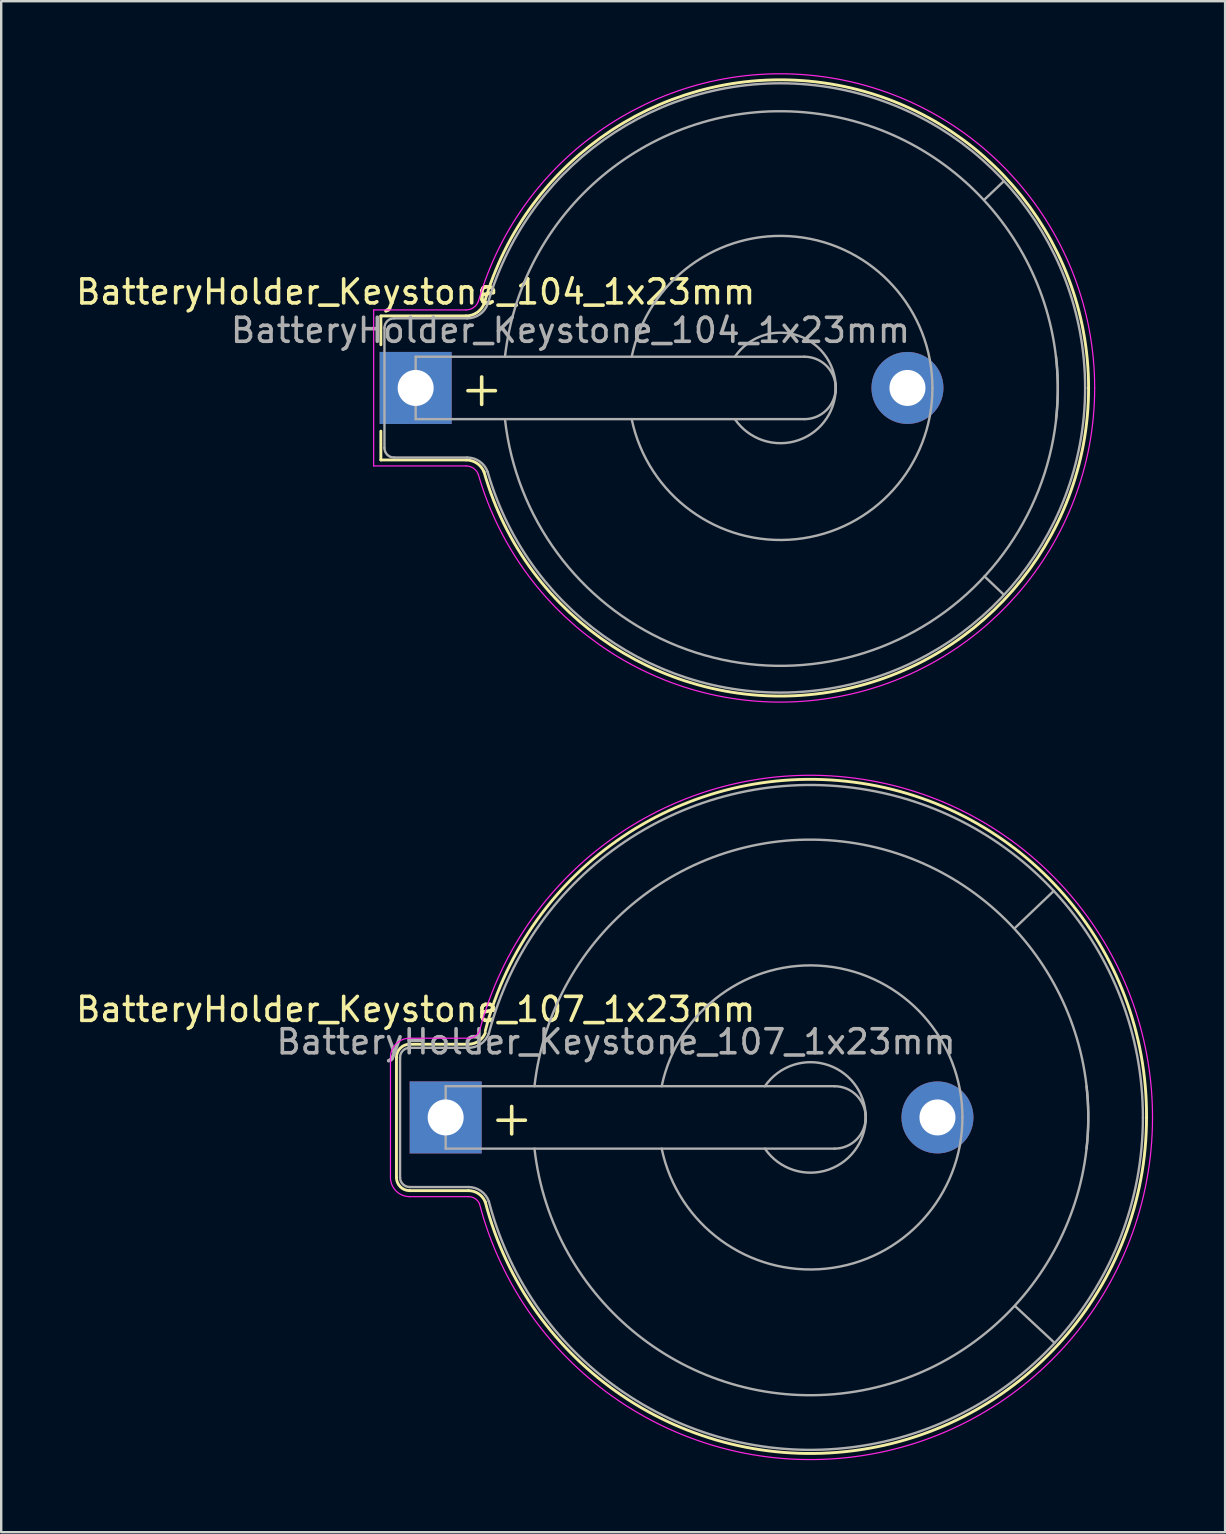
<source format=kicad_pcb>
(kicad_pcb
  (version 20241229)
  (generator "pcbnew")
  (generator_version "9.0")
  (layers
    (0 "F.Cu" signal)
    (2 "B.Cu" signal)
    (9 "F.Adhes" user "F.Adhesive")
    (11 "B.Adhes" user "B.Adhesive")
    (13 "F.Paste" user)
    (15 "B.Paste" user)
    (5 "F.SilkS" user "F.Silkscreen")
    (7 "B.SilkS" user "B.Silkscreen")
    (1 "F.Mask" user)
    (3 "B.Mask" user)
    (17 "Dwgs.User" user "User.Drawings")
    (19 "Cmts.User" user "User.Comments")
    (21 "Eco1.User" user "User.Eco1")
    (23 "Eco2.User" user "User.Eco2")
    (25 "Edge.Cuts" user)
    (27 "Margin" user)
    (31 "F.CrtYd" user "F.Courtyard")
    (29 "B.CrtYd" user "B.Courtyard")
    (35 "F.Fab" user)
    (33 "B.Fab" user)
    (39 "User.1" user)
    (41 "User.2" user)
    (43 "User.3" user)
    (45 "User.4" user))
  (footprint "BatteryHolder_Keystone_107_1x23mm"
    (layer "F.Cu")
    (at 15.518 43.506)
    (property "Reference" "BatteryHolder_Keystone_107_1x23mm" (at -1.25 -4.5 0) (layer "F.SilkS") (effects (font (size 1 1) (thickness 0.15))))
    (attr through_hole)
    (fp_line (start -2.05 -2.5) (end -2.05 2.5) (stroke (width 0.12) (type solid)) (layer "F.SilkS"))
    (fp_line (start -1.5 3.05) (end 0.95 3.05) (stroke (width 0.12) (type solid)) (layer "F.SilkS"))
    (fp_line (start 0.95 -3.05) (end -1.5 -3.05) (stroke (width 0.12) (type solid)) (layer "F.SilkS"))
    (fp_arc (start -2.05 -2.5) (mid -1.888909 -2.888909) (end -1.5 -3.05) (stroke (width 0.12) (type solid)) (layer "F.SilkS"))
    (fp_arc (start -1.5 3.05) (mid -1.888909 2.888909) (end -2.05 2.5) (stroke (width 0.12) (type solid)) (layer "F.SilkS"))
    (fp_arc (start 0.95 3.05) (mid 1.371574 3.1784) (end 1.65 3.52) (stroke (width 0.12) (type solid)) (layer "F.SilkS"))
    (fp_arc (start 1.65 -3.604769) (mid 17.016593 -13.966381) (end 29.2 0) (stroke (width 0.12) (type solid)) (layer "F.SilkS"))
    (fp_arc (start 1.65 -3.52) (mid 1.371575 -3.1784) (end 0.95 -3.05) (stroke (width 0.12) (type solid)) (layer "F.SilkS"))
    (fp_arc (start 29.2 0) (mid 16.974433 13.886952) (end 1.65 3.52) (stroke (width 0.12) (type solid)) (layer "F.SilkS"))
    (fp_line (start -2.3 -2.5) (end -2.3 2.5) (stroke (width 0.05) (type solid)) (layer "F.CrtYd"))
    (fp_line (start -1.5 3.3) (end 0.95 3.3) (stroke (width 0.05) (type solid)) (layer "F.CrtYd"))
    (fp_line (start 0.95 -3.3) (end -1.5 -3.3) (stroke (width 0.05) (type solid)) (layer "F.CrtYd"))
    (fp_arc (start -2.3 -2.5) (mid -2.065685 -3.065685) (end -1.5 -3.3) (stroke (width 0.05) (type solid)) (layer "F.CrtYd"))
    (fp_arc (start -1.5 3.3) (mid -2.065685 3.065685) (end -2.3 2.5) (stroke (width 0.05) (type solid)) (layer "F.CrtYd"))
    (fp_arc (start 0.95 3.3) (mid 1.22459 3.381628) (end 1.41 3.6) (stroke (width 0.05) (type solid)) (layer "F.CrtYd"))
    (fp_arc (start 1.41 -3.6) (mid 1.224591 -3.381627) (end 0.95 -3.3) (stroke (width 0.05) (type solid)) (layer "F.CrtYd"))
    (fp_arc (start 1.41 -3.6) (mid 17.014123 -14.138563) (end 29.45 0) (stroke (width 0.05) (type solid)) (layer "F.CrtYd"))
    (fp_arc (start 29.45 0) (mid 17.014124 14.138563) (end 1.41 3.6) (stroke (width 0.05) (type solid)) (layer "F.CrtYd"))
    (fp_line (start -1.9 -2.5) (end -1.9 2.5) (stroke (width 0.1) (type solid)) (layer "F.Fab"))
    (fp_line (start -1.5 2.9) (end 0.95 2.9) (stroke (width 0.1) (type solid)) (layer "F.Fab"))
    (fp_line (start 0 -1.3) (end 0 1.3) (stroke (width 0.1) (type solid)) (layer "F.Fab"))
    (fp_line (start 0 1.3) (end 16.2 1.3) (stroke (width 0.1) (type solid)) (layer "F.Fab"))
    (fp_line (start 0.95 -2.9) (end -1.5 -2.9) (stroke (width 0.1) (type solid)) (layer "F.Fab"))
    (fp_line (start 16.2 -1.3) (end 0 -1.3) (stroke (width 0.1) (type solid)) (layer "F.Fab"))
    (fp_line (start 23.711 -7.887) (end 25.339 -9.439) (stroke (width 0.1) (type solid)) (layer "F.Fab"))
    (fp_line (start 23.724 7.861) (end 25.367 9.391) (stroke (width 0.1) (type solid)) (layer "F.Fab"))
    (fp_arc (start -1.9 -2.5) (mid -1.782843 -2.782843) (end -1.5 -2.9) (stroke (width 0.1) (type solid)) (layer "F.Fab"))
    (fp_arc (start -1.5 2.9) (mid -1.782843 2.782843) (end -1.9 2.5) (stroke (width 0.1) (type solid)) (layer "F.Fab"))
    (fp_arc (start 0.95 2.9) (mid 1.470216 3.06511) (end 1.8 3.5) (stroke (width 0.1) (type solid)) (layer "F.Fab"))
    (fp_arc (start 1.8 -3.5) (mid 1.470217 -3.06511) (end 0.95 -2.9) (stroke (width 0.1) (type solid)) (layer "F.Fab"))
    (fp_arc (start 1.8 -3.5) (mid 16.964356 -13.736686) (end 29.049508 0) (stroke (width 0.1) (type solid)) (layer "F.Fab"))
    (fp_arc (start 3.7 -1.3) (mid 16.5 -11.5) (end 26.7 1.3) (stroke (width 0.1) (type solid)) (layer "F.Fab"))
    (fp_arc (start 9 -1.3) (mid 15.851289 -6.300938) (end 21.53 0) (stroke (width 0.1) (type solid)) (layer "F.Fab"))
    (fp_arc (start 13.3 -1.3) (mid 15.963947 -2.171724) (end 17.495448 0.175833) (stroke (width 0.1) (type solid)) (layer "F.Fab"))
    (fp_arc (start 16.2 -1.3) (mid 17.5 0) (end 16.2 1.3) (stroke (width 0.1) (type solid)) (layer "F.Fab"))
    (fp_arc (start 17.495448 -0.175833) (mid 15.963947 2.171724) (end 13.3 1.3) (stroke (width 0.1) (type solid)) (layer "F.Fab"))
    (fp_arc (start 21.53 0) (mid 15.851292 6.300937) (end 9 1.3) (stroke (width 0.1) (type solid)) (layer "F.Fab"))
    (fp_arc (start 26.7 -1.3) (mid 16.5 11.5) (end 3.7 1.3) (stroke (width 0.1) (type solid)) (layer "F.Fab"))
    (fp_arc (start 29.049508 0) (mid 16.964356 13.736685) (end 1.8 3.5) (stroke (width 0.1) (type solid)) (layer "F.Fab"))
    (fp_text user "+" (at 2.75 0 0) (layer "F.SilkS") (effects (font (size 1.5 1.5) (thickness 0.15))))
    (fp_text user "${REFERENCE}" (at 7.1 -3.15 0) (layer "F.Fab") (effects (font (size 1 1) (thickness 0.15))))
    (pad "1" thru_hole rect (at 0 0) (size 3 3) (drill 1.5) (layers "*.Cu" "*.Mask"))
    (pad "2" thru_hole circle (at 20.49 0) (size 3 3) (drill 1.5) (layers "*.Cu" "*.Mask")))
  (footprint "BatteryHolder_Keystone_104_1x23mm"
    (layer "F.Cu")
    (at 14.268 13.113)
    (property "Reference" "BatteryHolder_Keystone_104_1x23mm" (at 0 -4 0) (layer "F.SilkS") (effects (font (size 1 1) (thickness 0.15))))
    (attr through_hole)
    (fp_line (start -1.45 -3) (end 2.1 -3) (stroke (width 0.12) (type solid)) (layer "F.SilkS"))
    (fp_line (start -1.45 -1.8) (end -1.45 -3) (stroke (width 0.12) (type solid)) (layer "F.SilkS"))
    (fp_line (start -1.45 1.8) (end -1.45 3) (stroke (width 0.12) (type solid)) (layer "F.SilkS"))
    (fp_line (start -1.45 3) (end 2.1 3) (stroke (width 0.12) (type solid)) (layer "F.SilkS"))
    (fp_arc (start 2.1 3) (mid 2.550694 3.136459) (end 2.85 3.5) (stroke (width 0.12) (type solid)) (layer "F.SilkS"))
    (fp_arc (start 2.85 -3.5) (mid 2.550694 -3.136459) (end 2.1 -3) (stroke (width 0.12) (type solid)) (layer "F.SilkS"))
    (fp_arc (start 2.85 -3.5) (mid 16.966716 -12.714122) (end 28.03617 0) (stroke (width 0.12) (type solid)) (layer "F.SilkS"))
    (fp_arc (start 28.03617 0) (mid 16.966716 12.714122) (end 2.85 3.5) (stroke (width 0.12) (type solid)) (layer "F.SilkS"))
    (fp_line (start -1.75 -3.25) (end 2.1 -3.25) (stroke (width 0.05) (type solid)) (layer "F.CrtYd"))
    (fp_line (start -1.75 3.25) (end -1.75 -3.25) (stroke (width 0.05) (type solid)) (layer "F.CrtYd"))
    (fp_line (start -1.75 3.25) (end 2.1 3.25) (stroke (width 0.05) (type solid)) (layer "F.CrtYd"))
    (fp_arc (start 2.1 3.25) (mid 2.409273 3.345916) (end 2.61 3.6) (stroke (width 0.05) (type solid)) (layer "F.CrtYd"))
    (fp_arc (start 2.61 -3.6) (mid 2.409273 -3.345916) (end 2.1 -3.25) (stroke (width 0.05) (type solid)) (layer "F.CrtYd"))
    (fp_arc (start 2.61 -3.6) (mid 17.014716 -12.961641) (end 28.29 0) (stroke (width 0.05) (type solid)) (layer "F.CrtYd"))
    (fp_arc (start 28.29 0) (mid 17.014716 12.961641) (end 2.61 3.6) (stroke (width 0.05) (type solid)) (layer "F.CrtYd"))
    (fp_line (start -1.3 -2.5) (end -1.3 2.5) (stroke (width 0.1) (type solid)) (layer "F.Fab"))
    (fp_line (start -0.9 2.9) (end 2.15 2.9) (stroke (width 0.1) (type solid)) (layer "F.Fab"))
    (fp_line (start 0 -1.3) (end 0 1.3) (stroke (width 0.1) (type solid)) (layer "F.Fab"))
    (fp_line (start 0 1.3) (end 16.2 1.3) (stroke (width 0.1) (type solid)) (layer "F.Fab"))
    (fp_line (start 2.15 -2.9) (end -0.9 -2.9) (stroke (width 0.1) (type solid)) (layer "F.Fab"))
    (fp_line (start 16.2 -1.3) (end 0 -1.3) (stroke (width 0.1) (type solid)) (layer "F.Fab"))
    (fp_line (start 23.7 -7.85) (end 24.5 -8.61) (stroke (width 0.1) (type solid)) (layer "F.Fab"))
    (fp_line (start 23.7 7.85) (end 24.5 8.61) (stroke (width 0.1) (type solid)) (layer "F.Fab"))
    (fp_arc (start -1.3 -2.5) (mid -1.182843 -2.782843) (end -0.9 -2.9) (stroke (width 0.1) (type solid)) (layer "F.Fab"))
    (fp_arc (start -0.9 2.9) (mid -1.182843 2.782843) (end -1.3 2.5) (stroke (width 0.1) (type solid)) (layer "F.Fab"))
    (fp_arc (start 2.15 2.9) (mid 2.670216 3.06511) (end 3 3.5) (stroke (width 0.1) (type solid)) (layer "F.Fab"))
    (fp_arc (start 3 -3.5) (mid 2.670217 -3.06511) (end 2.15 -2.9) (stroke (width 0.1) (type solid)) (layer "F.Fab"))
    (fp_arc (start 3 -3.5) (mid 16.968026 -12.568376) (end 27.892123 0.00164) (stroke (width 0.1) (type solid)) (layer "F.Fab"))
    (fp_arc (start 3.72 -1.3) (mid 16.5 -11.48) (end 26.68 1.3) (stroke (width 0.1) (type solid)) (layer "F.Fab"))
    (fp_arc (start 9 -1.3) (mid 15.851289 -6.300938) (end 21.53 0) (stroke (width 0.1) (type solid)) (layer "F.Fab"))
    (fp_arc (start 13.3 -1.3) (mid 15.963947 -2.171724) (end 17.495448 0.175833) (stroke (width 0.1) (type solid)) (layer "F.Fab"))
    (fp_arc (start 16.2 -1.3) (mid 17.5 0) (end 16.2 1.3) (stroke (width 0.1) (type solid)) (layer "F.Fab"))
    (fp_arc (start 17.495448 -0.175833) (mid 15.963947 2.171724) (end 13.3 1.3) (stroke (width 0.1) (type solid)) (layer "F.Fab"))
    (fp_arc (start 21.53 0) (mid 15.851292 6.300937) (end 9 1.3) (stroke (width 0.1) (type solid)) (layer "F.Fab"))
    (fp_arc (start 26.68 -1.3) (mid 16.5 11.48) (end 3.72 1.3) (stroke (width 0.1) (type solid)) (layer "F.Fab"))
    (fp_arc (start 27.892123 -0.00164) (mid 16.968026 12.568376) (end 3 3.5) (stroke (width 0.1) (type solid)) (layer "F.Fab"))
    (fp_text user "+" (at 2.75 0 0) (layer "F.SilkS") (effects (font (size 1.5 1.5) (thickness 0.15))))
    (fp_text user "${REFERENCE}" (at 6.45 -2.4 0) (layer "F.Fab") (effects (font (size 1 1) (thickness 0.15))))
    (pad "1" thru_hole rect (at 0 0) (size 3 3) (drill 1.5) (layers "*.Cu" "*.Mask"))
    (pad "2" thru_hole circle (at 20.49 0) (size 3 3) (drill 1.5) (layers "*.Cu" "*.Mask")))
  (gr_rect
    (start -3 -3)
    (end 47.993 60.786)
    (stroke (width 0.1) (type default))
    (fill no)
    (layer "Edge.Cuts")))
</source>
